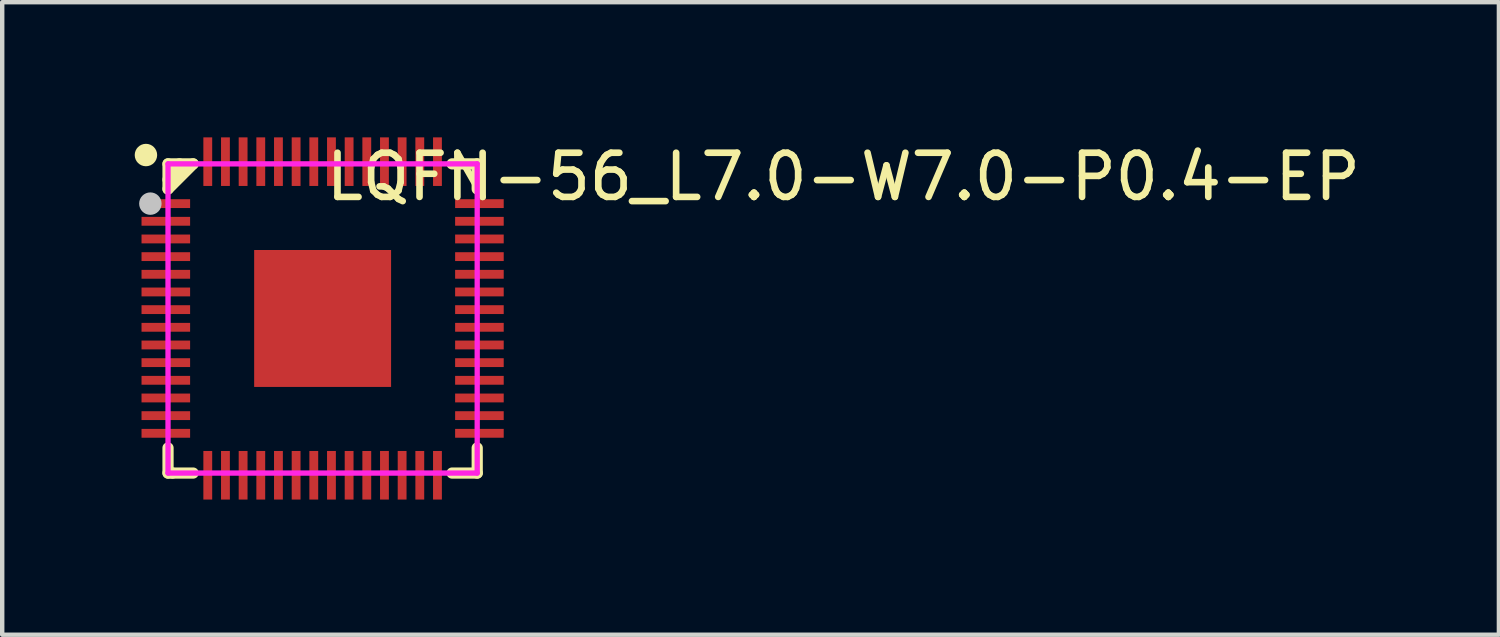
<source format=kicad_pcb>
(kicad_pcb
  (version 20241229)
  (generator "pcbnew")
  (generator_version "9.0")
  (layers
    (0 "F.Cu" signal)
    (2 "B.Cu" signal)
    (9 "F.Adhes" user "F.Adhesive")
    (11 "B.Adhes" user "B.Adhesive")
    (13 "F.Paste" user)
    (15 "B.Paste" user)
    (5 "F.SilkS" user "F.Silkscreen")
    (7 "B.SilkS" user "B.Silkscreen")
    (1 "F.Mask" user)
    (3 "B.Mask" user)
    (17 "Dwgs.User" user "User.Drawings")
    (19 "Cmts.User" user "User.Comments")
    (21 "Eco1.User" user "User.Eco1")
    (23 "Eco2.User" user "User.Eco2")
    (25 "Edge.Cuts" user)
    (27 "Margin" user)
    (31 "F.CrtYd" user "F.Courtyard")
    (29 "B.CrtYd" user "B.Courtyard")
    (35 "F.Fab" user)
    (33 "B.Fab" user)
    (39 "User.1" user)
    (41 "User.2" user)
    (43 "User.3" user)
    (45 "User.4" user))
  (footprint "LQFN-56_L7.0-W7.0-P0.4-EP"
    (layer "F.Cu")
    (at 4.254 4.16)
    (property "Reference" "LQFN-56_L7.0-W7.0-P0.4-EP" (at 0 -3.207 0) (layer "F.SilkS") (effects (font (size 1 1) (thickness 0.15)) (justify left)))
    (attr through_hole)
    (fp_line (start -3.5 -3.5) (end -2.931 -3.5) (stroke (width 0.254) (type solid)) (layer "F.SilkS"))
    (fp_line (start -3.5 -2.931) (end -3.5 -3.5) (stroke (width 0.254) (type solid)) (layer "F.SilkS"))
    (fp_line (start -3.5 -2.931) (end -2.931 -3.5) (stroke (width 0.254) (type solid)) (layer "F.SilkS"))
    (fp_line (start -3.5 3.5) (end -3.5 2.931) (stroke (width 0.254) (type solid)) (layer "F.SilkS"))
    (fp_line (start -3.4 3.5) (end -3.5 3.5) (stroke (width 0.254) (type solid)) (layer "F.SilkS"))
    (fp_line (start -3.241 -3.5) (end -3.241 -3.403) (stroke (width 0.254) (type solid)) (layer "F.SilkS"))
    (fp_line (start -3.241 -3.403) (end -3.5 -3.144) (stroke (width 0.254) (type solid)) (layer "F.SilkS"))
    (fp_line (start -2.931 3.5) (end -3.4 3.5) (stroke (width 0.254) (type solid)) (layer "F.SilkS"))
    (fp_line (start 2.931 -3.5) (end 3.5 -3.5) (stroke (width 0.254) (type solid)) (layer "F.SilkS"))
    (fp_line (start 3.5 -3.5) (end 3.5 -2.931) (stroke (width 0.254) (type solid)) (layer "F.SilkS"))
    (fp_line (start 3.5 2.931) (end 3.5 3.5) (stroke (width 0.254) (type solid)) (layer "F.SilkS"))
    (fp_line (start 3.5 3.5) (end 2.931 3.5) (stroke (width 0.254) (type solid)) (layer "F.SilkS"))
    (fp_circle (center -4 -3.7) (end -3.873 -3.7) (stroke (width 0.254) (type solid)) (fill no) (layer "F.SilkS"))
    (fp_poly (pts (xy -4.1 -2.7) (xy -4.1 -2.5) (xy -3 -2.5) (xy -3 -2.7)) (stroke (width 0.12) (type solid)) (fill yes) (layer "F.Paste"))
    (fp_poly (pts (xy -4.1 -2.3) (xy -4.1 -2.1) (xy -3 -2.1) (xy -3 -2.3)) (stroke (width 0.12) (type solid)) (fill yes) (layer "F.Paste"))
    (fp_poly (pts (xy -4.1 -1.9) (xy -4.1 -1.7) (xy -3 -1.7) (xy -3 -1.9)) (stroke (width 0.12) (type solid)) (fill yes) (layer "F.Paste"))
    (fp_poly (pts (xy -4.1 -1.5) (xy -4.1 -1.3) (xy -3 -1.3) (xy -3 -1.5)) (stroke (width 0.12) (type solid)) (fill yes) (layer "F.Paste"))
    (fp_poly (pts (xy -4.1 -1.1) (xy -4.1 -0.9) (xy -3 -0.9) (xy -3 -1.1)) (stroke (width 0.12) (type solid)) (fill yes) (layer "F.Paste"))
    (fp_poly (pts (xy -4.1 -0.7) (xy -4.1 -0.5) (xy -3 -0.5) (xy -3 -0.7)) (stroke (width 0.12) (type solid)) (fill yes) (layer "F.Paste"))
    (fp_poly (pts (xy -4.1 -0.3) (xy -4.1 -0.1) (xy -3 -0.1) (xy -3 -0.3)) (stroke (width 0.12) (type solid)) (fill yes) (layer "F.Paste"))
    (fp_poly (pts (xy -4.1 0.5) (xy -4.1 0.7) (xy -3 0.7) (xy -3 0.5)) (stroke (width 0.12) (type solid)) (fill yes) (layer "F.Paste"))
    (fp_poly (pts (xy -4.1 0.9) (xy -4.1 1.1) (xy -3 1.1) (xy -3 0.9)) (stroke (width 0.12) (type solid)) (fill yes) (layer "F.Paste"))
    (fp_poly (pts (xy -4.1 1.3) (xy -4.1 1.5) (xy -3 1.5) (xy -3 1.3)) (stroke (width 0.12) (type solid)) (fill yes) (layer "F.Paste"))
    (fp_poly (pts (xy -4.1 1.7) (xy -4.1 1.9) (xy -3 1.9) (xy -3 1.7)) (stroke (width 0.12) (type solid)) (fill yes) (layer "F.Paste"))
    (fp_poly (pts (xy -4.1 2.1) (xy -4.1 2.3) (xy -3 2.3) (xy -3 2.1)) (stroke (width 0.12) (type solid)) (fill yes) (layer "F.Paste"))
    (fp_poly (pts (xy -4.1 2.5) (xy -4.1 2.7) (xy -3 2.7) (xy -3 2.5)) (stroke (width 0.12) (type solid)) (fill yes) (layer "F.Paste"))
    (fp_poly (pts (xy -3 0.3) (xy -3 0.1) (xy -4.1 0.1) (xy -4.1 0.3)) (stroke (width 0.12) (type solid)) (fill yes) (layer "F.Paste"))
    (fp_poly (pts (xy -2.5 -3) (xy -2.5 -4.1) (xy -2.7 -4.1) (xy -2.7 -3)) (stroke (width 0.12) (type solid)) (fill yes) (layer "F.Paste"))
    (fp_poly (pts (xy -2.5 4.1) (xy -2.5 3) (xy -2.7 3) (xy -2.7 4.1)) (stroke (width 0.12) (type solid)) (fill yes) (layer "F.Paste"))
    (fp_poly (pts (xy -2.1 -3) (xy -2.1 -4.1) (xy -2.3 -4.1) (xy -2.3 -3)) (stroke (width 0.12) (type solid)) (fill yes) (layer "F.Paste"))
    (fp_poly (pts (xy -2.1 4.1) (xy -2.1 3) (xy -2.3 3) (xy -2.3 4.1)) (stroke (width 0.12) (type solid)) (fill yes) (layer "F.Paste"))
    (fp_poly (pts (xy -1.9 3) (xy -1.9 4.1) (xy -1.7 4.1) (xy -1.7 3)) (stroke (width 0.12) (type solid)) (fill yes) (layer "F.Paste"))
    (fp_poly (pts (xy -1.7 -3) (xy -1.7 -4.1) (xy -1.9 -4.1) (xy -1.9 -3)) (stroke (width 0.12) (type solid)) (fill yes) (layer "F.Paste"))
    (fp_poly (pts (xy -1.5 3) (xy -1.5 4.1) (xy -1.3 4.1) (xy -1.3 3)) (stroke (width 0.12) (type solid)) (fill yes) (layer "F.Paste"))
    (fp_poly (pts (xy -1.3 -3) (xy -1.3 -4.1) (xy -1.5 -4.1) (xy -1.5 -3)) (stroke (width 0.12) (type solid)) (fill yes) (layer "F.Paste"))
    (fp_poly (pts (xy -1.24 -1.24) (xy 1.24 -1.24) (xy 1.24 1.24) (xy -1.24 1.24)) (stroke (width 0.12) (type solid)) (fill yes) (layer "F.Paste"))
    (fp_poly (pts (xy -1.1 -4.1) (xy -1.1 -3) (xy -0.9 -3) (xy -0.9 -4.1)) (stroke (width 0.12) (type solid)) (fill yes) (layer "F.Paste"))
    (fp_poly (pts (xy -1.1 3) (xy -1.1 4.1) (xy -0.9 4.1) (xy -0.9 3)) (stroke (width 0.12) (type solid)) (fill yes) (layer "F.Paste"))
    (fp_poly (pts (xy -0.7 3) (xy -0.7 4.1) (xy -0.5 4.1) (xy -0.5 3)) (stroke (width 0.12) (type solid)) (fill yes) (layer "F.Paste"))
    (fp_poly (pts (xy -0.5 -3) (xy -0.5 -4.1) (xy -0.7 -4.1) (xy -0.7 -3)) (stroke (width 0.12) (type solid)) (fill yes) (layer "F.Paste"))
    (fp_poly (pts (xy -0.3 3) (xy -0.3 4.1) (xy -0.1 4.1) (xy -0.1 3)) (stroke (width 0.12) (type solid)) (fill yes) (layer "F.Paste"))
    (fp_poly (pts (xy -0.1 -3) (xy -0.1 -4.1) (xy -0.3 -4.1) (xy -0.3 -3)) (stroke (width 0.12) (type solid)) (fill yes) (layer "F.Paste"))
    (fp_poly (pts (xy 0.3 -3) (xy 0.3 -4.1) (xy 0.1 -4.1) (xy 0.1 -3)) (stroke (width 0.12) (type solid)) (fill yes) (layer "F.Paste"))
    (fp_poly (pts (xy 0.3 4.1) (xy 0.3 3) (xy 0.1 3) (xy 0.1 4.1)) (stroke (width 0.12) (type solid)) (fill yes) (layer "F.Paste"))
    (fp_poly (pts (xy 0.7 -3) (xy 0.7 -4.1) (xy 0.5 -4.1) (xy 0.5 -3)) (stroke (width 0.12) (type solid)) (fill yes) (layer "F.Paste"))
    (fp_poly (pts (xy 0.7 4.1) (xy 0.7 3) (xy 0.5 3) (xy 0.5 4.1)) (stroke (width 0.12) (type solid)) (fill yes) (layer "F.Paste"))
    (fp_poly (pts (xy 0.9 3) (xy 0.9 4.1) (xy 1.1 4.1) (xy 1.1 3)) (stroke (width 0.12) (type solid)) (fill yes) (layer "F.Paste"))
    (fp_poly (pts (xy 1.1 -3) (xy 1.1 -4.1) (xy 0.9 -4.1) (xy 0.9 -3)) (stroke (width 0.12) (type solid)) (fill yes) (layer "F.Paste"))
    (fp_poly (pts (xy 1.3 3) (xy 1.3 4.1) (xy 1.5 4.1) (xy 1.5 3)) (stroke (width 0.12) (type solid)) (fill yes) (layer "F.Paste"))
    (fp_poly (pts (xy 1.5 -3) (xy 1.5 -4.1) (xy 1.3 -4.1) (xy 1.3 -3)) (stroke (width 0.12) (type solid)) (fill yes) (layer "F.Paste"))
    (fp_poly (pts (xy 1.7 3) (xy 1.7 4.1) (xy 1.9 4.1) (xy 1.9 3)) (stroke (width 0.12) (type solid)) (fill yes) (layer "F.Paste"))
    (fp_poly (pts (xy 1.9 -3) (xy 1.9 -4.1) (xy 1.7 -4.1) (xy 1.7 -3)) (stroke (width 0.12) (type solid)) (fill yes) (layer "F.Paste"))
    (fp_poly (pts (xy 2.1 -4.1) (xy 2.1 -3) (xy 2.3 -3) (xy 2.3 -4.1)) (stroke (width 0.12) (type solid)) (fill yes) (layer "F.Paste"))
    (fp_poly (pts (xy 2.1 3) (xy 2.1 4.1) (xy 2.3 4.1) (xy 2.3 3)) (stroke (width 0.12) (type solid)) (fill yes) (layer "F.Paste"))
    (fp_poly (pts (xy 2.5 -4.1) (xy 2.5 -3) (xy 2.7 -3) (xy 2.7 -4.1)) (stroke (width 0.12) (type solid)) (fill yes) (layer "F.Paste"))
    (fp_poly (pts (xy 2.5 3) (xy 2.5 4.1) (xy 2.7 4.1) (xy 2.7 3)) (stroke (width 0.12) (type solid)) (fill yes) (layer "F.Paste"))
    (fp_poly (pts (xy 3 -0.3) (xy 3 -0.1) (xy 4.1 -0.1) (xy 4.1 -0.3)) (stroke (width 0.12) (type solid)) (fill yes) (layer "F.Paste"))
    (fp_poly (pts (xy 3 2.5) (xy 3 2.7) (xy 4.1 2.7) (xy 4.1 2.5)) (stroke (width 0.12) (type solid)) (fill yes) (layer "F.Paste"))
    (fp_poly (pts (xy 4.1 -2.5) (xy 4.1 -2.7) (xy 3 -2.7) (xy 3 -2.5)) (stroke (width 0.12) (type solid)) (fill yes) (layer "F.Paste"))
    (fp_poly (pts (xy 4.1 -2.1) (xy 4.1 -2.3) (xy 3 -2.3) (xy 3 -2.1)) (stroke (width 0.12) (type solid)) (fill yes) (layer "F.Paste"))
    (fp_poly (pts (xy 4.1 -1.7) (xy 4.1 -1.9) (xy 3 -1.9) (xy 3 -1.7)) (stroke (width 0.12) (type solid)) (fill yes) (layer "F.Paste"))
    (fp_poly (pts (xy 4.1 -1.3) (xy 4.1 -1.5) (xy 3 -1.5) (xy 3 -1.3)) (stroke (width 0.12) (type solid)) (fill yes) (layer "F.Paste"))
    (fp_poly (pts (xy 4.1 -0.9) (xy 4.1 -1.1) (xy 3 -1.1) (xy 3 -0.9)) (stroke (width 0.12) (type solid)) (fill yes) (layer "F.Paste"))
    (fp_poly (pts (xy 4.1 -0.5) (xy 4.1 -0.7) (xy 3 -0.7) (xy 3 -0.5)) (stroke (width 0.12) (type solid)) (fill yes) (layer "F.Paste"))
    (fp_poly (pts (xy 4.1 0.3) (xy 4.1 0.1) (xy 3 0.1) (xy 3 0.3)) (stroke (width 0.12) (type solid)) (fill yes) (layer "F.Paste"))
    (fp_poly (pts (xy 4.1 0.7) (xy 4.1 0.5) (xy 3 0.5) (xy 3 0.7)) (stroke (width 0.12) (type solid)) (fill yes) (layer "F.Paste"))
    (fp_poly (pts (xy 4.1 1.1) (xy 4.1 0.9) (xy 3 0.9) (xy 3 1.1)) (stroke (width 0.12) (type solid)) (fill yes) (layer "F.Paste"))
    (fp_poly (pts (xy 4.1 1.5) (xy 4.1 1.3) (xy 3 1.3) (xy 3 1.5)) (stroke (width 0.12) (type solid)) (fill yes) (layer "F.Paste"))
    (fp_poly (pts (xy 4.1 1.9) (xy 4.1 1.7) (xy 3 1.7) (xy 3 1.9)) (stroke (width 0.12) (type solid)) (fill yes) (layer "F.Paste"))
    (fp_poly (pts (xy 4.1 2.3) (xy 4.1 2.1) (xy 3 2.1) (xy 3 2.3)) (stroke (width 0.12) (type solid)) (fill yes) (layer "F.Paste"))
    (fp_circle (center -3.9 -2.6) (end -3.773 -2.6) (stroke (width 0.254) (type solid)) (fill no) (layer "Dwgs.User"))
    (fp_circle (center -3.5 -3.5) (end -3.47 -3.5) (stroke (width 0.06) (type solid)) (fill no) (layer "Eco2.User"))
    (fp_poly (pts (xy -3.5 -2.7) (xy -3 -2.7) (xy -3 -2.5) (xy -3.5 -2.5)) (stroke (width 0.12) (type solid)) (fill no) (layer "Eco2.User"))
    (fp_poly (pts (xy -3.5 -2.3) (xy -3 -2.3) (xy -3 -2.1) (xy -3.5 -2.1)) (stroke (width 0.12) (type solid)) (fill no) (layer "Eco2.User"))
    (fp_poly (pts (xy -3.5 -1.9) (xy -3 -1.9) (xy -3 -1.7) (xy -3.5 -1.7)) (stroke (width 0.12) (type solid)) (fill no) (layer "Eco2.User"))
    (fp_poly (pts (xy -3.5 -1.5) (xy -3 -1.5) (xy -3 -1.3) (xy -3.5 -1.3)) (stroke (width 0.12) (type solid)) (fill no) (layer "Eco2.User"))
    (fp_poly (pts (xy -3.5 -1.1) (xy -3 -1.1) (xy -3 -0.9) (xy -3.5 -0.9)) (stroke (width 0.12) (type solid)) (fill no) (layer "Eco2.User"))
    (fp_poly (pts (xy -3.5 -0.7) (xy -3 -0.7) (xy -3 -0.5) (xy -3.5 -0.5)) (stroke (width 0.12) (type solid)) (fill no) (layer "Eco2.User"))
    (fp_poly (pts (xy -3.5 -0.3) (xy -3 -0.3) (xy -3 -0.1) (xy -3.5 -0.1)) (stroke (width 0.12) (type solid)) (fill no) (layer "Eco2.User"))
    (fp_poly (pts (xy -3.5 0.1) (xy -3 0.1) (xy -3 0.3) (xy -3.5 0.3)) (stroke (width 0.12) (type solid)) (fill no) (layer "Eco2.User"))
    (fp_poly (pts (xy -3.5 0.5) (xy -3 0.5) (xy -3 0.7) (xy -3.5 0.7)) (stroke (width 0.12) (type solid)) (fill no) (layer "Eco2.User"))
    (fp_poly (pts (xy -3.5 0.9) (xy -3 0.9) (xy -3 1.1) (xy -3.5 1.1)) (stroke (width 0.12) (type solid)) (fill no) (layer "Eco2.User"))
    (fp_poly (pts (xy -3.5 1.3) (xy -3 1.3) (xy -3 1.5) (xy -3.5 1.5)) (stroke (width 0.12) (type solid)) (fill no) (layer "Eco2.User"))
    (fp_poly (pts (xy -3.5 1.7) (xy -3 1.7) (xy -3 1.9) (xy -3.5 1.9)) (stroke (width 0.12) (type solid)) (fill no) (layer "Eco2.User"))
    (fp_poly (pts (xy -3.5 2.1) (xy -3 2.1) (xy -3 2.3) (xy -3.5 2.3)) (stroke (width 0.12) (type solid)) (fill no) (layer "Eco2.User"))
    (fp_poly (pts (xy -3.5 2.5) (xy -3 2.5) (xy -3 2.7) (xy -3.5 2.7)) (stroke (width 0.12) (type solid)) (fill no) (layer "Eco2.User"))
    (fp_poly (pts (xy -2.7 -3) (xy -2.7 -3.5) (xy -2.5 -3.5) (xy -2.5 -3)) (stroke (width 0.12) (type solid)) (fill no) (layer "Eco2.User"))
    (fp_poly (pts (xy -2.5 3) (xy -2.5 3.5) (xy -2.7 3.5) (xy -2.7 3)) (stroke (width 0.12) (type solid)) (fill no) (layer "Eco2.User"))
    (fp_poly (pts (xy -2.3 -3) (xy -2.3 -3.5) (xy -2.1 -3.5) (xy -2.1 -3)) (stroke (width 0.12) (type solid)) (fill no) (layer "Eco2.User"))
    (fp_poly (pts (xy -2.1 3) (xy -2.1 3.5) (xy -2.3 3.5) (xy -2.3 3)) (stroke (width 0.12) (type solid)) (fill no) (layer "Eco2.User"))
    (fp_poly (pts (xy -1.9 -3) (xy -1.9 -3.5) (xy -1.7 -3.5) (xy -1.7 -3)) (stroke (width 0.12) (type solid)) (fill no) (layer "Eco2.User"))
    (fp_poly (pts (xy -1.7 3) (xy -1.7 3.5) (xy -1.9 3.5) (xy -1.9 3)) (stroke (width 0.12) (type solid)) (fill no) (layer "Eco2.User"))
    (fp_poly (pts (xy -1.55 -1.55) (xy 1.55 -1.55) (xy 1.55 1.55) (xy -1.55 1.55)) (stroke (width 0.12) (type solid)) (fill no) (layer "Eco2.User"))
    (fp_poly (pts (xy -1.5 -3) (xy -1.5 -3.5) (xy -1.3 -3.5) (xy -1.3 -3)) (stroke (width 0.12) (type solid)) (fill no) (layer "Eco2.User"))
    (fp_poly (pts (xy -1.3 3) (xy -1.3 3.5) (xy -1.5 3.5) (xy -1.5 3)) (stroke (width 0.12) (type solid)) (fill no) (layer "Eco2.User"))
    (fp_poly (pts (xy -1.1 -3) (xy -1.1 -3.5) (xy -0.9 -3.5) (xy -0.9 -3)) (stroke (width 0.12) (type solid)) (fill no) (layer "Eco2.User"))
    (fp_poly (pts (xy -0.9 3) (xy -0.9 3.5) (xy -1.1 3.5) (xy -1.1 3)) (stroke (width 0.12) (type solid)) (fill no) (layer "Eco2.User"))
    (fp_poly (pts (xy -0.7 -3) (xy -0.7 -3.5) (xy -0.5 -3.5) (xy -0.5 -3)) (stroke (width 0.12) (type solid)) (fill no) (layer "Eco2.User"))
    (fp_poly (pts (xy -0.5 3) (xy -0.5 3.5) (xy -0.7 3.5) (xy -0.7 3)) (stroke (width 0.12) (type solid)) (fill no) (layer "Eco2.User"))
    (fp_poly (pts (xy -0.3 -3) (xy -0.3 -3.5) (xy -0.1 -3.5) (xy -0.1 -3)) (stroke (width 0.12) (type solid)) (fill no) (layer "Eco2.User"))
    (fp_poly (pts (xy -0.1 3) (xy -0.1 3.5) (xy -0.3 3.5) (xy -0.3 3)) (stroke (width 0.12) (type solid)) (fill no) (layer "Eco2.User"))
    (fp_poly (pts (xy 0.1 -3) (xy 0.1 -3.5) (xy 0.3 -3.5) (xy 0.3 -3)) (stroke (width 0.12) (type solid)) (fill no) (layer "Eco2.User"))
    (fp_poly (pts (xy 0.3 3) (xy 0.3 3.5) (xy 0.1 3.5) (xy 0.1 3)) (stroke (width 0.12) (type solid)) (fill no) (layer "Eco2.User"))
    (fp_poly (pts (xy 0.5 -3) (xy 0.5 -3.5) (xy 0.7 -3.5) (xy 0.7 -3)) (stroke (width 0.12) (type solid)) (fill no) (layer "Eco2.User"))
    (fp_poly (pts (xy 0.7 3) (xy 0.7 3.5) (xy 0.5 3.5) (xy 0.5 3)) (stroke (width 0.12) (type solid)) (fill no) (layer "Eco2.User"))
    (fp_poly (pts (xy 0.9 -3) (xy 0.9 -3.5) (xy 1.1 -3.5) (xy 1.1 -3)) (stroke (width 0.12) (type solid)) (fill no) (layer "Eco2.User"))
    (fp_poly (pts (xy 1.1 3) (xy 1.1 3.5) (xy 0.9 3.5) (xy 0.9 3)) (stroke (width 0.12) (type solid)) (fill no) (layer "Eco2.User"))
    (fp_poly (pts (xy 1.3 -3) (xy 1.3 -3.5) (xy 1.5 -3.5) (xy 1.5 -3)) (stroke (width 0.12) (type solid)) (fill no) (layer "Eco2.User"))
    (fp_poly (pts (xy 1.5 3) (xy 1.5 3.5) (xy 1.3 3.5) (xy 1.3 3)) (stroke (width 0.12) (type solid)) (fill no) (layer "Eco2.User"))
    (fp_poly (pts (xy 1.7 -3) (xy 1.7 -3.5) (xy 1.9 -3.5) (xy 1.9 -3)) (stroke (width 0.12) (type solid)) (fill no) (layer "Eco2.User"))
    (fp_poly (pts (xy 1.9 3) (xy 1.9 3.5) (xy 1.7 3.5) (xy 1.7 3)) (stroke (width 0.12) (type solid)) (fill no) (layer "Eco2.User"))
    (fp_poly (pts (xy 2.1 -3) (xy 2.1 -3.5) (xy 2.3 -3.5) (xy 2.3 -3)) (stroke (width 0.12) (type solid)) (fill no) (layer "Eco2.User"))
    (fp_poly (pts (xy 2.3 3) (xy 2.3 3.5) (xy 2.1 3.5) (xy 2.1 3)) (stroke (width 0.12) (type solid)) (fill no) (layer "Eco2.User"))
    (fp_poly (pts (xy 2.5 -3) (xy 2.5 -3.5) (xy 2.7 -3.5) (xy 2.7 -3)) (stroke (width 0.12) (type solid)) (fill no) (layer "Eco2.User"))
    (fp_poly (pts (xy 2.7 3) (xy 2.7 3.5) (xy 2.5 3.5) (xy 2.5 3)) (stroke (width 0.12) (type solid)) (fill no) (layer "Eco2.User"))
    (fp_poly (pts (xy 3.5 -2.5) (xy 3 -2.5) (xy 3 -2.7) (xy 3.5 -2.7)) (stroke (width 0.12) (type solid)) (fill no) (layer "Eco2.User"))
    (fp_poly (pts (xy 3.5 -2.1) (xy 3 -2.1) (xy 3 -2.3) (xy 3.5 -2.3)) (stroke (width 0.12) (type solid)) (fill no) (layer "Eco2.User"))
    (fp_poly (pts (xy 3.5 -1.7) (xy 3 -1.7) (xy 3 -1.9) (xy 3.5 -1.9)) (stroke (width 0.12) (type solid)) (fill no) (layer "Eco2.User"))
    (fp_poly (pts (xy 3.5 -1.3) (xy 3 -1.3) (xy 3 -1.5) (xy 3.5 -1.5)) (stroke (width 0.12) (type solid)) (fill no) (layer "Eco2.User"))
    (fp_poly (pts (xy 3.5 -0.9) (xy 3 -0.9) (xy 3 -1.1) (xy 3.5 -1.1)) (stroke (width 0.12) (type solid)) (fill no) (layer "Eco2.User"))
    (fp_poly (pts (xy 3.5 -0.5) (xy 3 -0.5) (xy 3 -0.7) (xy 3.5 -0.7)) (stroke (width 0.12) (type solid)) (fill no) (layer "Eco2.User"))
    (fp_poly (pts (xy 3.5 -0.1) (xy 3 -0.1) (xy 3 -0.3) (xy 3.5 -0.3)) (stroke (width 0.12) (type solid)) (fill no) (layer "Eco2.User"))
    (fp_poly (pts (xy 3.5 0.3) (xy 3 0.3) (xy 3 0.1) (xy 3.5 0.1)) (stroke (width 0.12) (type solid)) (fill no) (layer "Eco2.User"))
    (fp_poly (pts (xy 3.5 0.7) (xy 3 0.7) (xy 3 0.5) (xy 3.5 0.5)) (stroke (width 0.12) (type solid)) (fill no) (layer "Eco2.User"))
    (fp_poly (pts (xy 3.5 1.1) (xy 3 1.1) (xy 3 0.9) (xy 3.5 0.9)) (stroke (width 0.12) (type solid)) (fill no) (layer "Eco2.User"))
    (fp_poly (pts (xy 3.5 1.5) (xy 3 1.5) (xy 3 1.3) (xy 3.5 1.3)) (stroke (width 0.12) (type solid)) (fill no) (layer "Eco2.User"))
    (fp_poly (pts (xy 3.5 1.9) (xy 3 1.9) (xy 3 1.7) (xy 3.5 1.7)) (stroke (width 0.12) (type solid)) (fill no) (layer "Eco2.User"))
    (fp_poly (pts (xy 3.5 2.3) (xy 3 2.3) (xy 3 2.1) (xy 3.5 2.1)) (stroke (width 0.12) (type solid)) (fill no) (layer "Eco2.User"))
    (fp_poly (pts (xy 3.5 2.7) (xy 3 2.7) (xy 3 2.5) (xy 3.5 2.5)) (stroke (width 0.12) (type solid)) (fill no) (layer "Eco2.User"))
    (fp_line (start -3.5 -3.5) (end 3.5 -3.5) (stroke (width 0.12) (type solid)) (layer "F.CrtYd"))
    (fp_line (start -3.5 3.5) (end -3.5 -3.5) (stroke (width 0.12) (type solid)) (layer "F.CrtYd"))
    (fp_line (start 3.5 -3.5) (end 3.5 3.5) (stroke (width 0.12) (type solid)) (layer "F.CrtYd"))
    (fp_line (start 3.5 3.5) (end -3.5 3.5) (stroke (width 0.12) (type solid)) (layer "F.CrtYd"))
    (pad "1" smd rect (at -3.55 -2.6) (size 1.1 0.2) (layers "F.Cu" "F.Mask" "F.Paste"))
    (pad "2" smd rect (at -3.55 -2.2) (size 1.1 0.2) (layers "F.Cu" "F.Mask" "F.Paste"))
    (pad "3" smd rect (at -3.55 -1.8) (size 1.1 0.2) (layers "F.Cu" "F.Mask" "F.Paste"))
    (pad "4" smd rect (at -3.55 -1.4) (size 1.1 0.2) (layers "F.Cu" "F.Mask" "F.Paste"))
    (pad "5" smd rect (at -3.55 -1) (size 1.1 0.2) (layers "F.Cu" "F.Mask" "F.Paste"))
    (pad "6" smd rect (at -3.55 -0.6) (size 1.1 0.2) (layers "F.Cu" "F.Mask" "F.Paste"))
    (pad "7" smd rect (at -3.55 -0.2) (size 1.1 0.2) (layers "F.Cu" "F.Mask" "F.Paste"))
    (pad "8" smd rect (at -3.55 0.2) (size 1.1 0.2) (layers "F.Cu" "F.Mask" "F.Paste"))
    (pad "9" smd rect (at -3.55 0.6) (size 1.1 0.2) (layers "F.Cu" "F.Mask" "F.Paste"))
    (pad "10" smd rect (at -3.55 1) (size 1.1 0.2) (layers "F.Cu" "F.Mask" "F.Paste"))
    (pad "11" smd rect (at -3.55 1.4) (size 1.1 0.2) (layers "F.Cu" "F.Mask" "F.Paste"))
    (pad "12" smd rect (at -3.55 1.8) (size 1.1 0.2) (layers "F.Cu" "F.Mask" "F.Paste"))
    (pad "13" smd rect (at -3.55 2.2) (size 1.1 0.2) (layers "F.Cu" "F.Mask" "F.Paste"))
    (pad "14" smd rect (at -3.55 2.6) (size 1.1 0.2) (layers "F.Cu" "F.Mask" "F.Paste"))
    (pad "15" smd rect (at -2.6 3.55 90) (size 1.1 0.2) (layers "F.Cu" "F.Mask" "F.Paste"))
    (pad "16" smd rect (at -2.2 3.55 90) (size 1.1 0.2) (layers "F.Cu" "F.Mask" "F.Paste"))
    (pad "17" smd rect (at -1.8 3.55 90) (size 1.1 0.2) (layers "F.Cu" "F.Mask" "F.Paste"))
    (pad "18" smd rect (at -1.4 3.55 90) (size 1.1 0.2) (layers "F.Cu" "F.Mask" "F.Paste"))
    (pad "19" smd rect (at -1 3.55 90) (size 1.1 0.2) (layers "F.Cu" "F.Mask" "F.Paste"))
    (pad "20" smd rect (at -0.6 3.55 90) (size 1.1 0.2) (layers "F.Cu" "F.Mask" "F.Paste"))
    (pad "21" smd rect (at -0.2 3.55 90) (size 1.1 0.2) (layers "F.Cu" "F.Mask" "F.Paste"))
    (pad "22" smd rect (at 0.2 3.55 90) (size 1.1 0.2) (layers "F.Cu" "F.Mask" "F.Paste"))
    (pad "23" smd rect (at 0.6 3.55 90) (size 1.1 0.2) (layers "F.Cu" "F.Mask" "F.Paste"))
    (pad "24" smd rect (at 1 3.55 90) (size 1.1 0.2) (layers "F.Cu" "F.Mask" "F.Paste"))
    (pad "25" smd rect (at 1.4 3.55 90) (size 1.1 0.2) (layers "F.Cu" "F.Mask" "F.Paste"))
    (pad "26" smd rect (at 1.8 3.55 90) (size 1.1 0.2) (layers "F.Cu" "F.Mask" "F.Paste"))
    (pad "27" smd rect (at 2.2 3.55 90) (size 1.1 0.2) (layers "F.Cu" "F.Mask" "F.Paste"))
    (pad "28" smd rect (at 2.6 3.55 90) (size 1.1 0.2) (layers "F.Cu" "F.Mask" "F.Paste"))
    (pad "29" smd rect (at 3.55 2.6 180) (size 1.1 0.2) (layers "F.Cu" "F.Mask" "F.Paste"))
    (pad "30" smd rect (at 3.55 2.2 180) (size 1.1 0.2) (layers "F.Cu" "F.Mask" "F.Paste"))
    (pad "31" smd rect (at 3.55 1.8 180) (size 1.1 0.2) (layers "F.Cu" "F.Mask" "F.Paste"))
    (pad "32" smd rect (at 3.55 1.4 180) (size 1.1 0.2) (layers "F.Cu" "F.Mask" "F.Paste"))
    (pad "33" smd rect (at 3.55 1 180) (size 1.1 0.2) (layers "F.Cu" "F.Mask" "F.Paste"))
    (pad "34" smd rect (at 3.55 0.6 180) (size 1.1 0.2) (layers "F.Cu" "F.Mask" "F.Paste"))
    (pad "35" smd rect (at 3.55 0.2 180) (size 1.1 0.2) (layers "F.Cu" "F.Mask" "F.Paste"))
    (pad "36" smd rect (at 3.55 -0.2 180) (size 1.1 0.2) (layers "F.Cu" "F.Mask" "F.Paste"))
    (pad "37" smd rect (at 3.55 -0.6 180) (size 1.1 0.2) (layers "F.Cu" "F.Mask" "F.Paste"))
    (pad "38" smd rect (at 3.55 -1 180) (size 1.1 0.2) (layers "F.Cu" "F.Mask" "F.Paste"))
    (pad "39" smd rect (at 3.55 -1.4 180) (size 1.1 0.2) (layers "F.Cu" "F.Mask" "F.Paste"))
    (pad "40" smd rect (at 3.55 -1.8 180) (size 1.1 0.2) (layers "F.Cu" "F.Mask" "F.Paste"))
    (pad "41" smd rect (at 3.55 -2.2 180) (size 1.1 0.2) (layers "F.Cu" "F.Mask" "F.Paste"))
    (pad "42" smd rect (at 3.55 -2.6 180) (size 1.1 0.2) (layers "F.Cu" "F.Mask" "F.Paste"))
    (pad "43" smd rect (at 2.6 -3.55 270) (size 1.1 0.2) (layers "F.Cu" "F.Mask" "F.Paste"))
    (pad "44" smd rect (at 2.2 -3.55 270) (size 1.1 0.2) (layers "F.Cu" "F.Mask" "F.Paste"))
    (pad "45" smd rect (at 1.8 -3.55 270) (size 1.1 0.2) (layers "F.Cu" "F.Mask" "F.Paste"))
    (pad "46" smd rect (at 1.4 -3.55 270) (size 1.1 0.2) (layers "F.Cu" "F.Mask" "F.Paste"))
    (pad "47" smd rect (at 1 -3.55 270) (size 1.1 0.2) (layers "F.Cu" "F.Mask" "F.Paste"))
    (pad "48" smd rect (at 0.6 -3.55 270) (size 1.1 0.2) (layers "F.Cu" "F.Mask" "F.Paste"))
    (pad "49" smd rect (at 0.2 -3.55 270) (size 1.1 0.2) (layers "F.Cu" "F.Mask" "F.Paste"))
    (pad "50" smd rect (at -0.2 -3.55 270) (size 1.1 0.2) (layers "F.Cu" "F.Mask" "F.Paste"))
    (pad "51" smd rect (at -0.6 -3.55 270) (size 1.1 0.2) (layers "F.Cu" "F.Mask" "F.Paste"))
    (pad "52" smd rect (at -1 -3.55 270) (size 1.1 0.2) (layers "F.Cu" "F.Mask" "F.Paste"))
    (pad "53" smd rect (at -1.4 -3.55 270) (size 1.1 0.2) (layers "F.Cu" "F.Mask" "F.Paste"))
    (pad "54" smd rect (at -1.8 -3.55 270) (size 1.1 0.2) (layers "F.Cu" "F.Mask" "F.Paste"))
    (pad "55" smd rect (at -2.2 -3.55 270) (size 1.1 0.2) (layers "F.Cu" "F.Mask" "F.Paste"))
    (pad "56" smd rect (at -2.6 -3.55 270) (size 1.1 0.2) (layers "F.Cu" "F.Mask" "F.Paste"))
    (pad "57" smd rect (at 0 0) (size 3.1 3.1) (layers "F.Cu" "F.Mask" "F.Paste")))
  (gr_rect
    (start -3 -3)
    (end 30.885 11.32)
    (stroke (width 0.1) (type default))
    (fill no)
    (layer "Edge.Cuts")))
</source>
